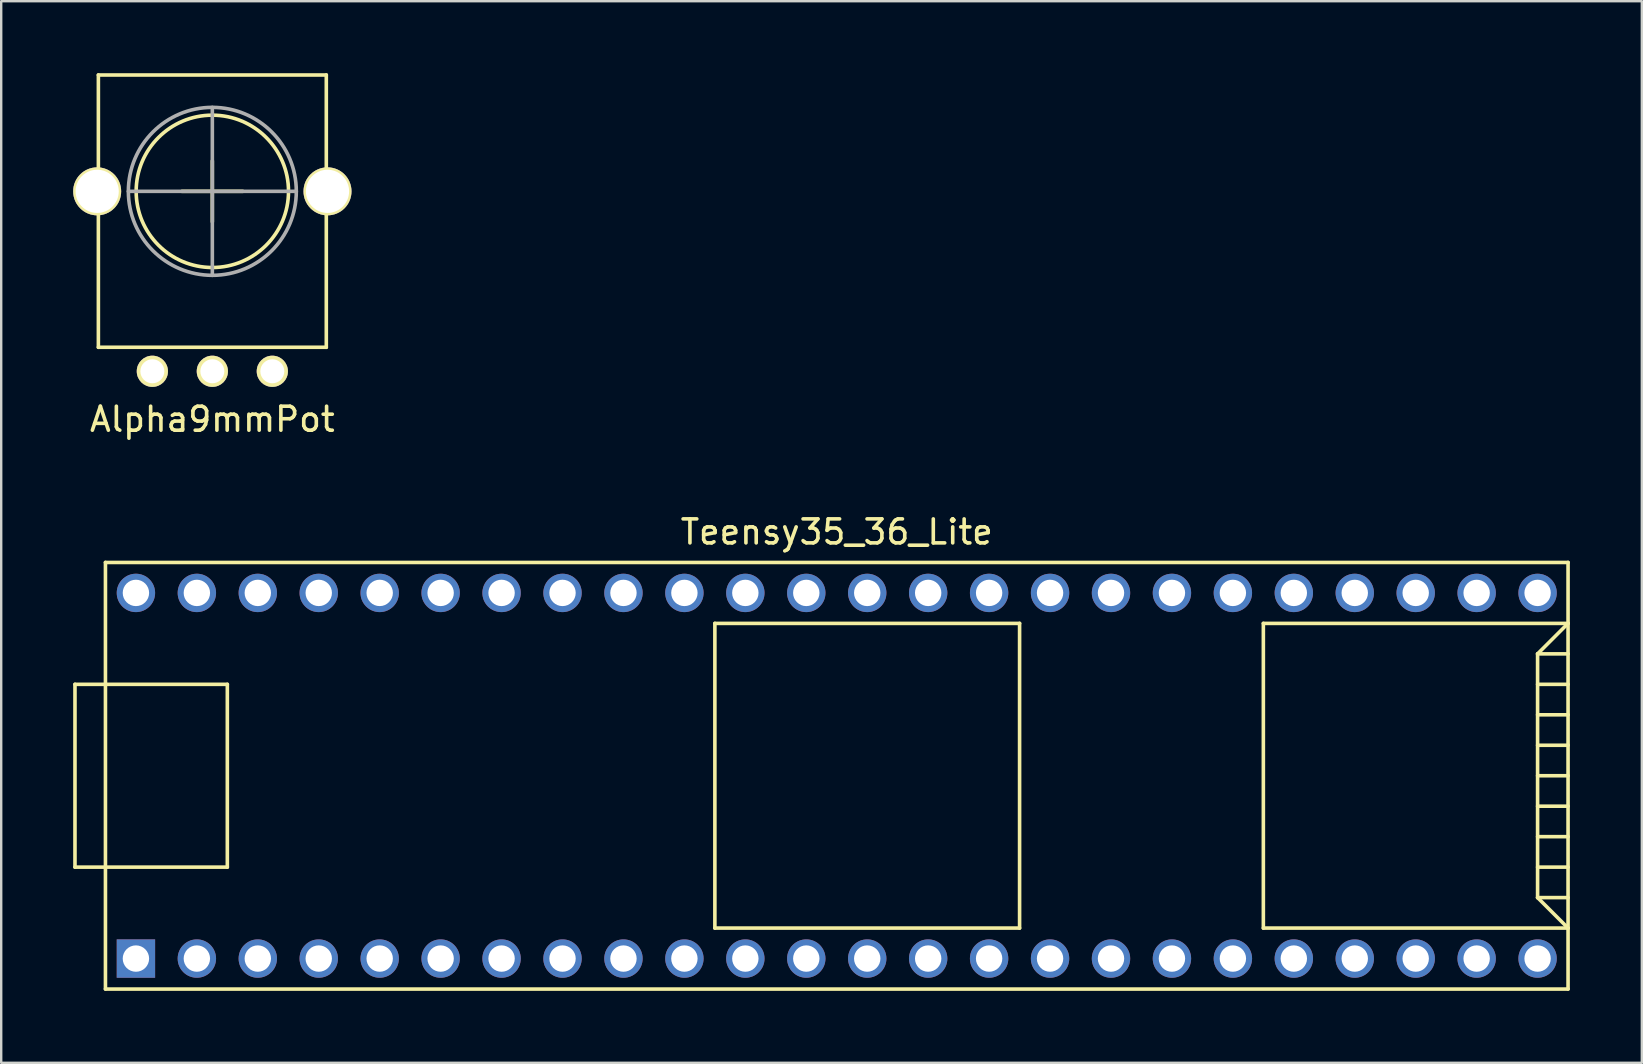
<source format=kicad_pcb>
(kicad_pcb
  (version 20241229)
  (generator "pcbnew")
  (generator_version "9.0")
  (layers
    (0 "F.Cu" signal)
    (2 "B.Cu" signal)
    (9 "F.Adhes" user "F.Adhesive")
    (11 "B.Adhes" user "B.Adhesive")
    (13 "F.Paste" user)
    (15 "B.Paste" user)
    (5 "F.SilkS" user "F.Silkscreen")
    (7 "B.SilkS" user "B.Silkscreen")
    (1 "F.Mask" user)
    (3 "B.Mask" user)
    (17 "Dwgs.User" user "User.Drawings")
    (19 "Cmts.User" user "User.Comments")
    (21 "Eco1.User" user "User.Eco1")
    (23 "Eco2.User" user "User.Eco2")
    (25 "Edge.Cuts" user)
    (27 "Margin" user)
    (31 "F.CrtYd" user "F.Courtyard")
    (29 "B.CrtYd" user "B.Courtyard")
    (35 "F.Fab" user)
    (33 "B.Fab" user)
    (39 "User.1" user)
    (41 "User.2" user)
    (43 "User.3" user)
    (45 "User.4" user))
  (footprint "Alpha9mmPot"
    (layer "F.Cu")
    (at 5.8 4.925)
    (property "Reference" "Alpha9mmPot" (at 0 9.5 0) (layer "F.SilkS") (effects (font (size 1 1) (thickness 0.15))))
    (attr through_hole)
    (fp_line (start -4.75 -4.85) (end -4.75 6.5) (stroke (width 0.15) (type solid)) (layer "F.SilkS"))
    (fp_line (start -4.75 -4.85) (end 4.75 -4.85) (stroke (width 0.15) (type solid)) (layer "F.SilkS"))
    (fp_line (start -4.75 6.5) (end 4.75 6.5) (stroke (width 0.15) (type solid)) (layer "F.SilkS"))
    (fp_line (start -1.27 0) (end 1.27 0) (stroke (width 0.15) (type solid)) (layer "F.SilkS"))
    (fp_line (start 0 -1.27) (end 0 1.27) (stroke (width 0.15) (type solid)) (layer "F.SilkS"))
    (fp_line (start 4.75 -4.85) (end 4.75 6.5) (stroke (width 0.15) (type solid)) (layer "F.SilkS"))
    (fp_circle (center 0 0) (end 3.175 0) (stroke (width 0.15) (type solid)) (fill no) (layer "F.SilkS"))
    (fp_line (start -3.5 0) (end 3.5 0) (stroke (width 0.15) (type solid)) (layer "F.Fab"))
    (fp_line (start 0 -3.5) (end 0 3.5) (stroke (width 0.15) (type solid)) (layer "F.Fab"))
    (fp_circle (center 0 0) (end 3.5 0) (stroke (width 0.15) (type solid)) (fill no) (layer "F.Fab"))
    (pad "" thru_hole circle (at -4.8 0) (size 2 2) (drill 1.8) (layers "*.Cu" "*.Mask" "F.SilkS"))
    (pad "" thru_hole circle (at 4.8 0) (size 2 2) (drill 1.8) (layers "*.Cu" "*.Mask" "F.SilkS"))
    (pad "1" thru_hole circle (at -2.5 7.5) (size 1.3 1.3) (drill 1) (layers "*.Cu" "*.Mask" "F.SilkS"))
    (pad "2" thru_hole circle (at 0 7.5) (size 1.3 1.3) (drill 1) (layers "*.Cu" "*.Mask" "F.SilkS"))
    (pad "3" thru_hole circle (at 2.5 7.5) (size 1.3 1.3) (drill 1) (layers "*.Cu" "*.Mask" "F.SilkS")))
  (footprint "Teensy35_36_Lite"
    (layer "F.Cu")
    (at 31.825 29.282)
    (property "Reference" "Teensy35_36_Lite" (at 0 -10.16 0) (layer "F.SilkS") (effects (font (size 1 1) (thickness 0.15))))
    (attr through_hole)
    (fp_line (start -31.75 -3.81) (end -30.48 -3.81) (stroke (width 0.15) (type solid)) (layer "F.SilkS"))
    (fp_line (start -31.75 3.81) (end -31.75 -3.81) (stroke (width 0.15) (type solid)) (layer "F.SilkS"))
    (fp_line (start -30.48 3.81) (end -31.75 3.81) (stroke (width 0.15) (type solid)) (layer "F.SilkS"))
    (fp_line (start -30.48 8.89) (end -30.48 -8.89) (stroke (width 0.15) (type solid)) (layer "F.SilkS"))
    (fp_line (start -30.48 8.89) (end 30.48 8.89) (stroke (width 0.15) (type solid)) (layer "F.SilkS"))
    (fp_line (start -25.4 -3.81) (end -30.48 -3.81) (stroke (width 0.15) (type solid)) (layer "F.SilkS"))
    (fp_line (start -25.4 3.81) (end -30.48 3.81) (stroke (width 0.15) (type solid)) (layer "F.SilkS"))
    (fp_line (start -25.4 3.81) (end -25.4 -3.81) (stroke (width 0.15) (type solid)) (layer "F.SilkS"))
    (fp_line (start -5.08 -6.35) (end -5.08 6.35) (stroke (width 0.15) (type solid)) (layer "F.SilkS"))
    (fp_line (start -5.08 -6.35) (end 7.62 -6.35) (stroke (width 0.15) (type solid)) (layer "F.SilkS"))
    (fp_line (start -5.08 6.35) (end 7.62 6.35) (stroke (width 0.15) (type solid)) (layer "F.SilkS"))
    (fp_line (start 7.62 6.35) (end 7.62 -6.35) (stroke (width 0.15) (type solid)) (layer "F.SilkS"))
    (fp_line (start 17.78 -6.35) (end 17.78 6.35) (stroke (width 0.15) (type solid)) (layer "F.SilkS"))
    (fp_line (start 17.78 6.35) (end 30.48 6.35) (stroke (width 0.15) (type solid)) (layer "F.SilkS"))
    (fp_line (start 29.21 -5.08) (end 30.48 -6.35) (stroke (width 0.15) (type solid)) (layer "F.SilkS"))
    (fp_line (start 29.21 -5.08) (end 30.48 -5.08) (stroke (width 0.15) (type solid)) (layer "F.SilkS"))
    (fp_line (start 29.21 -3.81) (end 30.48 -3.81) (stroke (width 0.15) (type solid)) (layer "F.SilkS"))
    (fp_line (start 29.21 -2.54) (end 30.48 -2.54) (stroke (width 0.15) (type solid)) (layer "F.SilkS"))
    (fp_line (start 29.21 -1.27) (end 30.48 -1.27) (stroke (width 0.15) (type solid)) (layer "F.SilkS"))
    (fp_line (start 29.21 0) (end 30.48 0) (stroke (width 0.15) (type solid)) (layer "F.SilkS"))
    (fp_line (start 29.21 1.27) (end 30.48 1.27) (stroke (width 0.15) (type solid)) (layer "F.SilkS"))
    (fp_line (start 29.21 2.54) (end 30.48 2.54) (stroke (width 0.15) (type solid)) (layer "F.SilkS"))
    (fp_line (start 29.21 3.81) (end 30.48 3.81) (stroke (width 0.15) (type solid)) (layer "F.SilkS"))
    (fp_line (start 29.21 5.08) (end 29.21 -5.08) (stroke (width 0.15) (type solid)) (layer "F.SilkS"))
    (fp_line (start 29.21 5.08) (end 30.48 5.08) (stroke (width 0.15) (type solid)) (layer "F.SilkS"))
    (fp_line (start 30.48 -8.89) (end -30.48 -8.89) (stroke (width 0.15) (type solid)) (layer "F.SilkS"))
    (fp_line (start 30.48 -8.89) (end 30.48 8.89) (stroke (width 0.15) (type solid)) (layer "F.SilkS"))
    (fp_line (start 30.48 -6.35) (end 17.78 -6.35) (stroke (width 0.15) (type solid)) (layer "F.SilkS"))
    (fp_line (start 30.48 6.35) (end 29.21 5.08) (stroke (width 0.15) (type solid)) (layer "F.SilkS"))
    (pad "1" thru_hole rect (at -29.21 7.62) (size 1.6 1.6) (drill 1.1) (layers "*.Cu" "*.Mask"))
    (pad "2" thru_hole circle (at -26.67 7.62) (size 1.6 1.6) (drill 1.1) (layers "*.Cu" "*.Mask"))
    (pad "3" thru_hole circle (at -24.13 7.62) (size 1.6 1.6) (drill 1.1) (layers "*.Cu" "*.Mask"))
    (pad "4" thru_hole circle (at -21.59 7.62) (size 1.6 1.6) (drill 1.1) (layers "*.Cu" "*.Mask"))
    (pad "5" thru_hole circle (at -19.05 7.62) (size 1.6 1.6) (drill 1.1) (layers "*.Cu" "*.Mask"))
    (pad "6" thru_hole circle (at -16.51 7.62) (size 1.6 1.6) (drill 1.1) (layers "*.Cu" "*.Mask"))
    (pad "7" thru_hole circle (at -13.97 7.62) (size 1.6 1.6) (drill 1.1) (layers "*.Cu" "*.Mask"))
    (pad "8" thru_hole circle (at -11.43 7.62) (size 1.6 1.6) (drill 1.1) (layers "*.Cu" "*.Mask"))
    (pad "9" thru_hole circle (at -8.89 7.62) (size 1.6 1.6) (drill 1.1) (layers "*.Cu" "*.Mask"))
    (pad "10" thru_hole circle (at -6.35 7.62) (size 1.6 1.6) (drill 1.1) (layers "*.Cu" "*.Mask"))
    (pad "11" thru_hole circle (at -3.81 7.62) (size 1.6 1.6) (drill 1.1) (layers "*.Cu" "*.Mask"))
    (pad "12" thru_hole circle (at -1.27 7.62) (size 1.6 1.6) (drill 1.1) (layers "*.Cu" "*.Mask"))
    (pad "13" thru_hole circle (at 1.27 7.62) (size 1.6 1.6) (drill 1.1) (layers "*.Cu" "*.Mask"))
    (pad "14" thru_hole circle (at 3.81 7.62) (size 1.6 1.6) (drill 1.1) (layers "*.Cu" "*.Mask"))
    (pad "15" thru_hole circle (at 6.35 7.62) (size 1.6 1.6) (drill 1.1) (layers "*.Cu" "*.Mask"))
    (pad "16" thru_hole circle (at 8.89 7.62) (size 1.6 1.6) (drill 1.1) (layers "*.Cu" "*.Mask"))
    (pad "17" thru_hole circle (at 11.43 7.62) (size 1.6 1.6) (drill 1.1) (layers "*.Cu" "*.Mask"))
    (pad "18" thru_hole circle (at 13.97 7.62) (size 1.6 1.6) (drill 1.1) (layers "*.Cu" "*.Mask"))
    (pad "19" thru_hole circle (at 16.51 7.62) (size 1.6 1.6) (drill 1.1) (layers "*.Cu" "*.Mask"))
    (pad "20" thru_hole circle (at 19.05 7.62) (size 1.6 1.6) (drill 1.1) (layers "*.Cu" "*.Mask"))
    (pad "21" thru_hole circle (at 21.59 7.62) (size 1.6 1.6) (drill 1.1) (layers "*.Cu" "*.Mask"))
    (pad "22" thru_hole circle (at 24.13 7.62) (size 1.6 1.6) (drill 1.1) (layers "*.Cu" "*.Mask"))
    (pad "23" thru_hole circle (at 26.67 7.62) (size 1.6 1.6) (drill 1.1) (layers "*.Cu" "*.Mask"))
    (pad "24" thru_hole circle (at 29.21 7.62) (size 1.6 1.6) (drill 1.1) (layers "*.Cu" "*.Mask"))
    (pad "30" thru_hole circle (at 29.21 -7.62) (size 1.6 1.6) (drill 1.1) (layers "*.Cu" "*.Mask"))
    (pad "31" thru_hole circle (at 26.67 -7.62) (size 1.6 1.6) (drill 1.1) (layers "*.Cu" "*.Mask"))
    (pad "32" thru_hole circle (at 24.13 -7.62) (size 1.6 1.6) (drill 1.1) (layers "*.Cu" "*.Mask"))
    (pad "33" thru_hole circle (at 21.59 -7.62) (size 1.6 1.6) (drill 1.1) (layers "*.Cu" "*.Mask"))
    (pad "34" thru_hole circle (at 19.05 -7.62) (size 1.6 1.6) (drill 1.1) (layers "*.Cu" "*.Mask"))
    (pad "35" thru_hole circle (at 16.51 -7.62) (size 1.6 1.6) (drill 1.1) (layers "*.Cu" "*.Mask"))
    (pad "36" thru_hole circle (at 13.97 -7.62) (size 1.6 1.6) (drill 1.1) (layers "*.Cu" "*.Mask"))
    (pad "37" thru_hole circle (at 11.43 -7.62) (size 1.6 1.6) (drill 1.1) (layers "*.Cu" "*.Mask"))
    (pad "38" thru_hole circle (at 8.89 -7.62) (size 1.6 1.6) (drill 1.1) (layers "*.Cu" "*.Mask"))
    (pad "39" thru_hole circle (at 6.35 -7.62) (size 1.6 1.6) (drill 1.1) (layers "*.Cu" "*.Mask"))
    (pad "40" thru_hole circle (at 3.81 -7.62) (size 1.6 1.6) (drill 1.1) (layers "*.Cu" "*.Mask"))
    (pad "41" thru_hole circle (at 1.27 -7.62) (size 1.6 1.6) (drill 1.1) (layers "*.Cu" "*.Mask"))
    (pad "42" thru_hole circle (at -1.27 -7.62) (size 1.6 1.6) (drill 1.1) (layers "*.Cu" "*.Mask"))
    (pad "43" thru_hole circle (at -3.81 -7.62) (size 1.6 1.6) (drill 1.1) (layers "*.Cu" "*.Mask"))
    (pad "44" thru_hole circle (at -6.35 -7.62) (size 1.6 1.6) (drill 1.1) (layers "*.Cu" "*.Mask"))
    (pad "45" thru_hole circle (at -8.89 -7.62) (size 1.6 1.6) (drill 1.1) (layers "*.Cu" "*.Mask"))
    (pad "46" thru_hole circle (at -11.43 -7.62) (size 1.6 1.6) (drill 1.1) (layers "*.Cu" "*.Mask"))
    (pad "47" thru_hole circle (at -13.97 -7.62) (size 1.6 1.6) (drill 1.1) (layers "*.Cu" "*.Mask"))
    (pad "48" thru_hole circle (at -16.51 -7.62) (size 1.6 1.6) (drill 1.1) (layers "*.Cu" "*.Mask"))
    (pad "49" thru_hole circle (at -19.05 -7.62) (size 1.6 1.6) (drill 1.1) (layers "*.Cu" "*.Mask"))
    (pad "50" thru_hole circle (at -21.59 -7.62) (size 1.6 1.6) (drill 1.1) (layers "*.Cu" "*.Mask"))
    (pad "51" thru_hole circle (at -24.13 -7.62) (size 1.6 1.6) (drill 1.1) (layers "*.Cu" "*.Mask"))
    (pad "52" thru_hole circle (at -26.67 -7.62) (size 1.6 1.6) (drill 1.1) (layers "*.Cu" "*.Mask"))
    (pad "53" thru_hole circle (at -29.21 -7.62) (size 1.6 1.6) (drill 1.1) (layers "*.Cu" "*.Mask")))
  (gr_rect
    (start -3 -3)
    (end 65.38 41.246)
    (stroke (width 0.1) (type default))
    (fill no)
    (layer "Edge.Cuts")))
</source>
